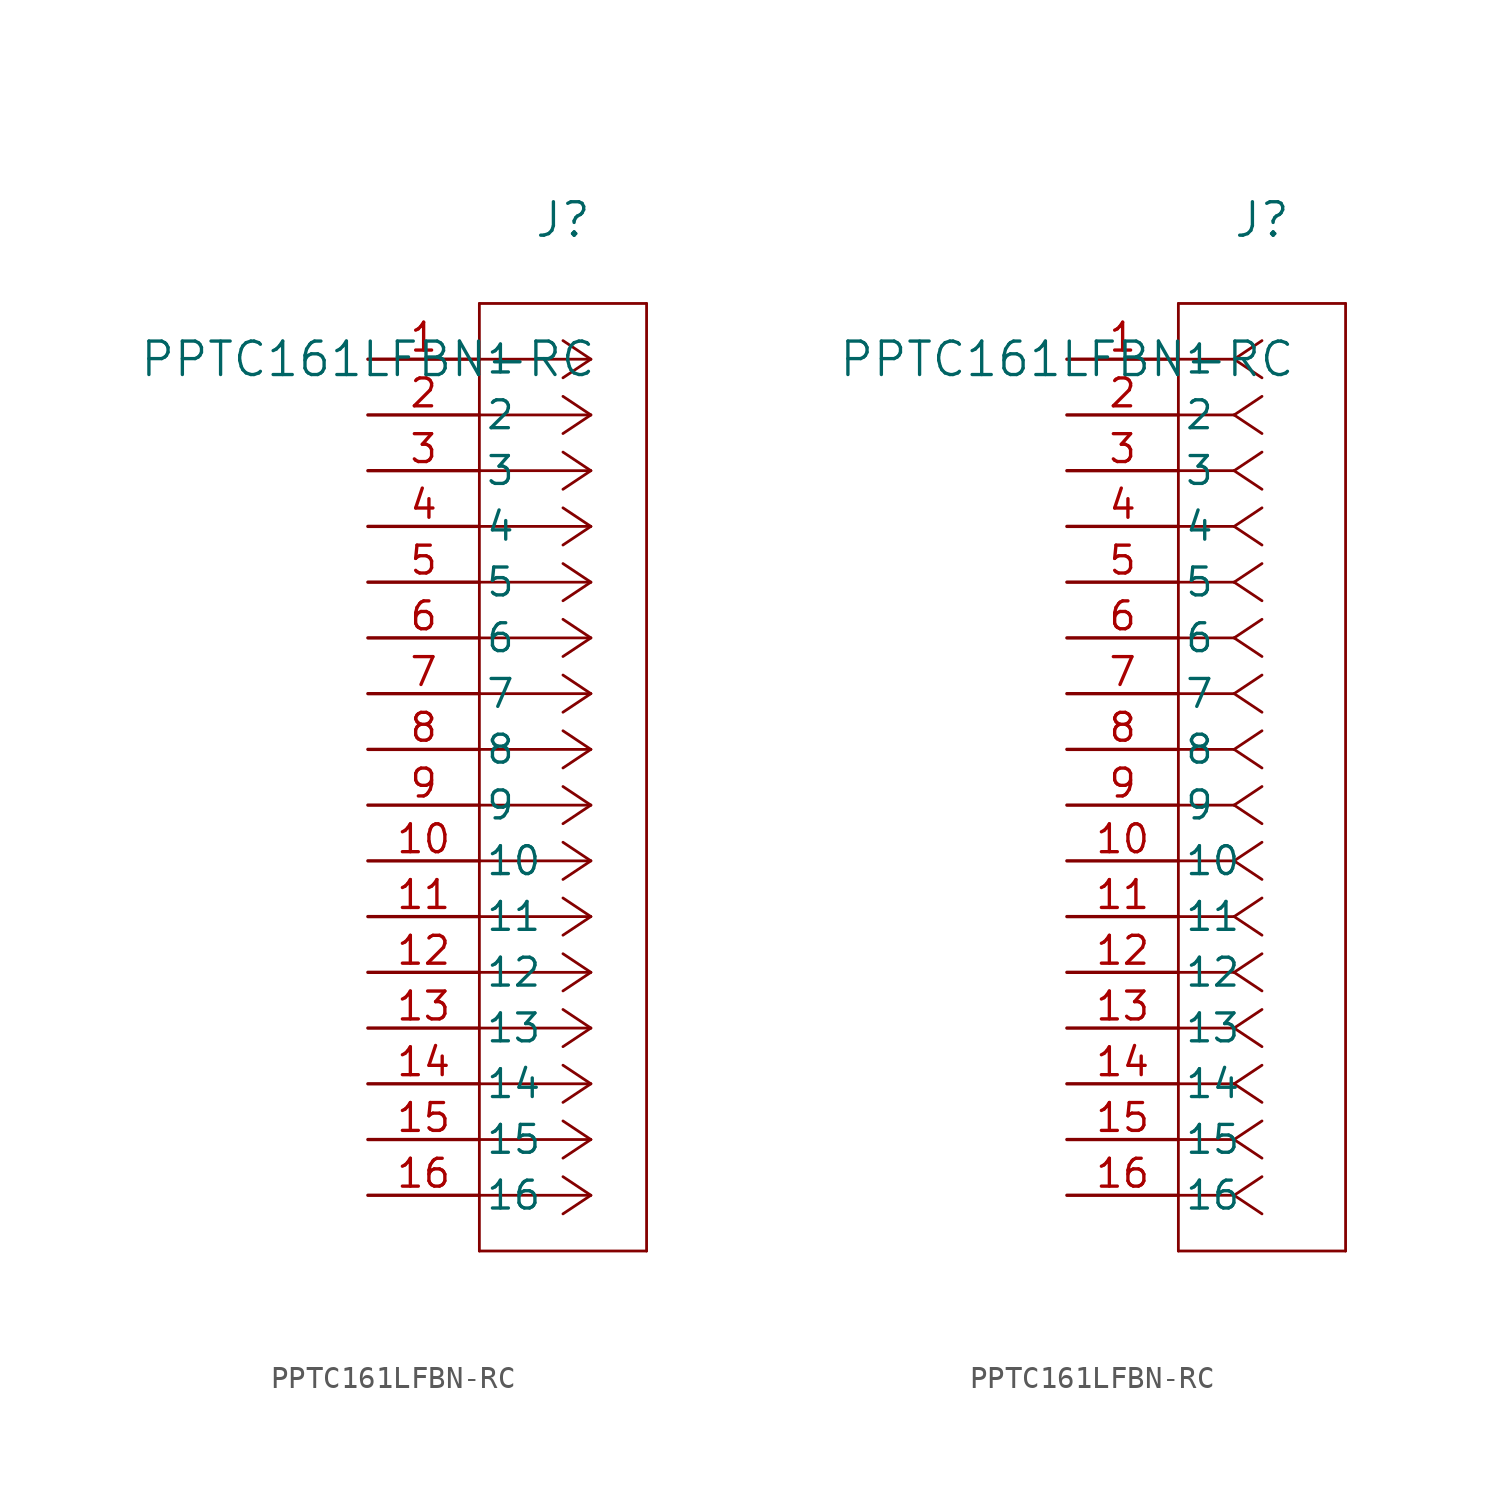
<source format=kicad_sym>
(kicad_symbol_lib
  (version 20211014)
  (generator kicad_symbol_editor)
  (symbol "PPTC161LFBN-RC"
    (pin_names
      (offset 0.254))
    (property "Reference" "J"
      (at 8.89 6.35 0)
      (effects (font (size 1.524 1.524))))
    (property "Value" "PPTC161LFBN-RC"
      (at 0 0 0)
      (effects (font (size 1.524 1.524))))
    (symbol "PPTC161LFBN-RC_1_1"
      (polyline (pts (xy 10.16 0) (xy 5.08 0)) (stroke (width 0.127) (type default) (color 0 0 0 0)) (fill (type none)))
      (polyline (pts (xy 10.16 -2.54) (xy 5.08 -2.54)) (stroke (width 0.127) (type default) (color 0 0 0 0)) (fill (type none)))
      (polyline (pts (xy 10.16 -5.08) (xy 5.08 -5.08)) (stroke (width 0.127) (type default) (color 0 0 0 0)) (fill (type none)))
      (polyline (pts (xy 10.16 -7.62) (xy 5.08 -7.62)) (stroke (width 0.127) (type default) (color 0 0 0 0)) (fill (type none)))
      (polyline (pts (xy 10.16 -10.16) (xy 5.08 -10.16)) (stroke (width 0.127) (type default) (color 0 0 0 0)) (fill (type none)))
      (polyline (pts (xy 10.16 -12.7) (xy 5.08 -12.7)) (stroke (width 0.127) (type default) (color 0 0 0 0)) (fill (type none)))
      (polyline (pts (xy 10.16 -15.24) (xy 5.08 -15.24)) (stroke (width 0.127) (type default) (color 0 0 0 0)) (fill (type none)))
      (polyline (pts (xy 10.16 -17.78) (xy 5.08 -17.78)) (stroke (width 0.127) (type default) (color 0 0 0 0)) (fill (type none)))
      (polyline (pts (xy 10.16 -20.32) (xy 5.08 -20.32)) (stroke (width 0.127) (type default) (color 0 0 0 0)) (fill (type none)))
      (polyline (pts (xy 10.16 -22.86) (xy 5.08 -22.86)) (stroke (width 0.127) (type default) (color 0 0 0 0)) (fill (type none)))
      (polyline (pts (xy 10.16 -25.4) (xy 5.08 -25.4)) (stroke (width 0.127) (type default) (color 0 0 0 0)) (fill (type none)))
      (polyline (pts (xy 10.16 -27.94) (xy 5.08 -27.94)) (stroke (width 0.127) (type default) (color 0 0 0 0)) (fill (type none)))
      (polyline (pts (xy 10.16 -30.48) (xy 5.08 -30.48)) (stroke (width 0.127) (type default) (color 0 0 0 0)) (fill (type none)))
      (polyline (pts (xy 10.16 -33.02) (xy 5.08 -33.02)) (stroke (width 0.127) (type default) (color 0 0 0 0)) (fill (type none)))
      (polyline (pts (xy 10.16 -35.56) (xy 5.08 -35.56)) (stroke (width 0.127) (type default) (color 0 0 0 0)) (fill (type none)))
      (polyline (pts (xy 10.16 -38.1) (xy 5.08 -38.1)) (stroke (width 0.127) (type default) (color 0 0 0 0)) (fill (type none)))
      (polyline (pts (xy 10.16 0) (xy 8.89 0.847)) (stroke (width 0.127) (type default) (color 0 0 0 0)) (fill (type none)))
      (polyline (pts (xy 10.16 -2.54) (xy 8.89 -1.693)) (stroke (width 0.127) (type default) (color 0 0 0 0)) (fill (type none)))
      (polyline (pts (xy 10.16 -5.08) (xy 8.89 -4.233)) (stroke (width 0.127) (type default) (color 0 0 0 0)) (fill (type none)))
      (polyline (pts (xy 10.16 -7.62) (xy 8.89 -6.773)) (stroke (width 0.127) (type default) (color 0 0 0 0)) (fill (type none)))
      (polyline (pts (xy 10.16 -10.16) (xy 8.89 -9.313)) (stroke (width 0.127) (type default) (color 0 0 0 0)) (fill (type none)))
      (polyline (pts (xy 10.16 -12.7) (xy 8.89 -11.853)) (stroke (width 0.127) (type default) (color 0 0 0 0)) (fill (type none)))
      (polyline (pts (xy 10.16 -15.24) (xy 8.89 -14.393)) (stroke (width 0.127) (type default) (color 0 0 0 0)) (fill (type none)))
      (polyline (pts (xy 10.16 -17.78) (xy 8.89 -16.933)) (stroke (width 0.127) (type default) (color 0 0 0 0)) (fill (type none)))
      (polyline (pts (xy 10.16 -20.32) (xy 8.89 -19.473)) (stroke (width 0.127) (type default) (color 0 0 0 0)) (fill (type none)))
      (polyline (pts (xy 10.16 -22.86) (xy 8.89 -22.013)) (stroke (width 0.127) (type default) (color 0 0 0 0)) (fill (type none)))
      (polyline (pts (xy 10.16 -25.4) (xy 8.89 -24.553)) (stroke (width 0.127) (type default) (color 0 0 0 0)) (fill (type none)))
      (polyline (pts (xy 10.16 -27.94) (xy 8.89 -27.093)) (stroke (width 0.127) (type default) (color 0 0 0 0)) (fill (type none)))
      (polyline (pts (xy 10.16 -30.48) (xy 8.89 -29.633)) (stroke (width 0.127) (type default) (color 0 0 0 0)) (fill (type none)))
      (polyline (pts (xy 10.16 -33.02) (xy 8.89 -32.173)) (stroke (width 0.127) (type default) (color 0 0 0 0)) (fill (type none)))
      (polyline (pts (xy 10.16 -35.56) (xy 8.89 -34.713)) (stroke (width 0.127) (type default) (color 0 0 0 0)) (fill (type none)))
      (polyline (pts (xy 10.16 -38.1) (xy 8.89 -37.253)) (stroke (width 0.127) (type default) (color 0 0 0 0)) (fill (type none)))
      (polyline (pts (xy 10.16 0) (xy 8.89 -0.847)) (stroke (width 0.127) (type default) (color 0 0 0 0)) (fill (type none)))
      (polyline (pts (xy 10.16 -2.54) (xy 8.89 -3.387)) (stroke (width 0.127) (type default) (color 0 0 0 0)) (fill (type none)))
      (polyline (pts (xy 10.16 -5.08) (xy 8.89 -5.927)) (stroke (width 0.127) (type default) (color 0 0 0 0)) (fill (type none)))
      (polyline (pts (xy 10.16 -7.62) (xy 8.89 -8.467)) (stroke (width 0.127) (type default) (color 0 0 0 0)) (fill (type none)))
      (polyline (pts (xy 10.16 -10.16) (xy 8.89 -11.007)) (stroke (width 0.127) (type default) (color 0 0 0 0)) (fill (type none)))
      (polyline (pts (xy 10.16 -12.7) (xy 8.89 -13.547)) (stroke (width 0.127) (type default) (color 0 0 0 0)) (fill (type none)))
      (polyline (pts (xy 10.16 -15.24) (xy 8.89 -16.087)) (stroke (width 0.127) (type default) (color 0 0 0 0)) (fill (type none)))
      (polyline (pts (xy 10.16 -17.78) (xy 8.89 -18.627)) (stroke (width 0.127) (type default) (color 0 0 0 0)) (fill (type none)))
      (polyline (pts (xy 10.16 -20.32) (xy 8.89 -21.167)) (stroke (width 0.127) (type default) (color 0 0 0 0)) (fill (type none)))
      (polyline (pts (xy 10.16 -22.86) (xy 8.89 -23.707)) (stroke (width 0.127) (type default) (color 0 0 0 0)) (fill (type none)))
      (polyline (pts (xy 10.16 -25.4) (xy 8.89 -26.247)) (stroke (width 0.127) (type default) (color 0 0 0 0)) (fill (type none)))
      (polyline (pts (xy 10.16 -27.94) (xy 8.89 -28.787)) (stroke (width 0.127) (type default) (color 0 0 0 0)) (fill (type none)))
      (polyline (pts (xy 10.16 -30.48) (xy 8.89 -31.327)) (stroke (width 0.127) (type default) (color 0 0 0 0)) (fill (type none)))
      (polyline (pts (xy 10.16 -33.02) (xy 8.89 -33.867)) (stroke (width 0.127) (type default) (color 0 0 0 0)) (fill (type none)))
      (polyline (pts (xy 10.16 -35.56) (xy 8.89 -36.407)) (stroke (width 0.127) (type default) (color 0 0 0 0)) (fill (type none)))
      (polyline (pts (xy 10.16 -38.1) (xy 8.89 -38.947)) (stroke (width 0.127) (type default) (color 0 0 0 0)) (fill (type none)))
      (polyline (pts (xy 5.08 2.54) (xy 5.08 -40.64)) (stroke (width 0.127) (type default) (color 0 0 0 0)) (fill (type none)))
      (polyline (pts (xy 5.08 -40.64) (xy 12.7 -40.64)) (stroke (width 0.127) (type default) (color 0 0 0 0)) (fill (type none)))
      (polyline (pts (xy 12.7 -40.64) (xy 12.7 2.54)) (stroke (width 0.127) (type default) (color 0 0 0 0)) (fill (type none)))
      (polyline (pts (xy 12.7 2.54) (xy 5.08 2.54)) (stroke (width 0.127) (type default) (color 0 0 0 0)) (fill (type none)))
      (pin unspecified line (at 0 0 0) (length 5.08) (name "1" (effects (font (size 1.27 1.27)))) (number "1" (effects (font (size 1.27 1.27)))))
      (pin unspecified line (at 0 -2.54 0) (length 5.08) (name "2" (effects (font (size 1.27 1.27)))) (number "2" (effects (font (size 1.27 1.27)))))
      (pin unspecified line (at 0 -5.08 0) (length 5.08) (name "3" (effects (font (size 1.27 1.27)))) (number "3" (effects (font (size 1.27 1.27)))))
      (pin unspecified line (at 0 -7.62 0) (length 5.08) (name "4" (effects (font (size 1.27 1.27)))) (number "4" (effects (font (size 1.27 1.27)))))
      (pin unspecified line (at 0 -10.16 0) (length 5.08) (name "5" (effects (font (size 1.27 1.27)))) (number "5" (effects (font (size 1.27 1.27)))))
      (pin unspecified line (at 0 -12.7 0) (length 5.08) (name "6" (effects (font (size 1.27 1.27)))) (number "6" (effects (font (size 1.27 1.27)))))
      (pin unspecified line (at 0 -15.24 0) (length 5.08) (name "7" (effects (font (size 1.27 1.27)))) (number "7" (effects (font (size 1.27 1.27)))))
      (pin unspecified line (at 0 -17.78 0) (length 5.08) (name "8" (effects (font (size 1.27 1.27)))) (number "8" (effects (font (size 1.27 1.27)))))
      (pin unspecified line (at 0 -20.32 0) (length 5.08) (name "9" (effects (font (size 1.27 1.27)))) (number "9" (effects (font (size 1.27 1.27)))))
      (pin unspecified line (at 0 -22.86 0) (length 5.08) (name "10" (effects (font (size 1.27 1.27)))) (number "10" (effects (font (size 1.27 1.27)))))
      (pin unspecified line (at 0 -25.4 0) (length 5.08) (name "11" (effects (font (size 1.27 1.27)))) (number "11" (effects (font (size 1.27 1.27)))))
      (pin unspecified line (at 0 -27.94 0) (length 5.08) (name "12" (effects (font (size 1.27 1.27)))) (number "12" (effects (font (size 1.27 1.27)))))
      (pin unspecified line (at 0 -30.48 0) (length 5.08) (name "13" (effects (font (size 1.27 1.27)))) (number "13" (effects (font (size 1.27 1.27)))))
      (pin unspecified line (at 0 -33.02 0) (length 5.08) (name "14" (effects (font (size 1.27 1.27)))) (number "14" (effects (font (size 1.27 1.27)))))
      (pin unspecified line (at 0 -35.56 0) (length 5.08) (name "15" (effects (font (size 1.27 1.27)))) (number "15" (effects (font (size 1.27 1.27)))))
      (pin unspecified line (at 0 -38.1 0) (length 5.08) (name "16" (effects (font (size 1.27 1.27)))) (number "16" (effects (font (size 1.27 1.27))))))
    (symbol "PPTC161LFBN-RC_1_2"
      (polyline (pts (xy 7.62 0) (xy 5.08 0)) (stroke (width 0.127) (type default) (color 0 0 0 0)) (fill (type none)))
      (polyline (pts (xy 7.62 -2.54) (xy 5.08 -2.54)) (stroke (width 0.127) (type default) (color 0 0 0 0)) (fill (type none)))
      (polyline (pts (xy 7.62 -5.08) (xy 5.08 -5.08)) (stroke (width 0.127) (type default) (color 0 0 0 0)) (fill (type none)))
      (polyline (pts (xy 7.62 -7.62) (xy 5.08 -7.62)) (stroke (width 0.127) (type default) (color 0 0 0 0)) (fill (type none)))
      (polyline (pts (xy 7.62 -10.16) (xy 5.08 -10.16)) (stroke (width 0.127) (type default) (color 0 0 0 0)) (fill (type none)))
      (polyline (pts (xy 7.62 -12.7) (xy 5.08 -12.7)) (stroke (width 0.127) (type default) (color 0 0 0 0)) (fill (type none)))
      (polyline (pts (xy 7.62 -15.24) (xy 5.08 -15.24)) (stroke (width 0.127) (type default) (color 0 0 0 0)) (fill (type none)))
      (polyline (pts (xy 7.62 -17.78) (xy 5.08 -17.78)) (stroke (width 0.127) (type default) (color 0 0 0 0)) (fill (type none)))
      (polyline (pts (xy 7.62 -20.32) (xy 5.08 -20.32)) (stroke (width 0.127) (type default) (color 0 0 0 0)) (fill (type none)))
      (polyline (pts (xy 7.62 -22.86) (xy 5.08 -22.86)) (stroke (width 0.127) (type default) (color 0 0 0 0)) (fill (type none)))
      (polyline (pts (xy 7.62 -25.4) (xy 5.08 -25.4)) (stroke (width 0.127) (type default) (color 0 0 0 0)) (fill (type none)))
      (polyline (pts (xy 7.62 -27.94) (xy 5.08 -27.94)) (stroke (width 0.127) (type default) (color 0 0 0 0)) (fill (type none)))
      (polyline (pts (xy 7.62 -30.48) (xy 5.08 -30.48)) (stroke (width 0.127) (type default) (color 0 0 0 0)) (fill (type none)))
      (polyline (pts (xy 7.62 -33.02) (xy 5.08 -33.02)) (stroke (width 0.127) (type default) (color 0 0 0 0)) (fill (type none)))
      (polyline (pts (xy 7.62 -35.56) (xy 5.08 -35.56)) (stroke (width 0.127) (type default) (color 0 0 0 0)) (fill (type none)))
      (polyline (pts (xy 7.62 -38.1) (xy 5.08 -38.1)) (stroke (width 0.127) (type default) (color 0 0 0 0)) (fill (type none)))
      (polyline (pts (xy 7.62 0) (xy 8.89 0.847)) (stroke (width 0.127) (type default) (color 0 0 0 0)) (fill (type none)))
      (polyline (pts (xy 7.62 -2.54) (xy 8.89 -1.693)) (stroke (width 0.127) (type default) (color 0 0 0 0)) (fill (type none)))
      (polyline (pts (xy 7.62 -5.08) (xy 8.89 -4.233)) (stroke (width 0.127) (type default) (color 0 0 0 0)) (fill (type none)))
      (polyline (pts (xy 7.62 -7.62) (xy 8.89 -6.773)) (stroke (width 0.127) (type default) (color 0 0 0 0)) (fill (type none)))
      (polyline (pts (xy 7.62 -10.16) (xy 8.89 -9.313)) (stroke (width 0.127) (type default) (color 0 0 0 0)) (fill (type none)))
      (polyline (pts (xy 7.62 -12.7) (xy 8.89 -11.853)) (stroke (width 0.127) (type default) (color 0 0 0 0)) (fill (type none)))
      (polyline (pts (xy 7.62 -15.24) (xy 8.89 -14.393)) (stroke (width 0.127) (type default) (color 0 0 0 0)) (fill (type none)))
      (polyline (pts (xy 7.62 -17.78) (xy 8.89 -16.933)) (stroke (width 0.127) (type default) (color 0 0 0 0)) (fill (type none)))
      (polyline (pts (xy 7.62 -20.32) (xy 8.89 -19.473)) (stroke (width 0.127) (type default) (color 0 0 0 0)) (fill (type none)))
      (polyline (pts (xy 7.62 -22.86) (xy 8.89 -22.013)) (stroke (width 0.127) (type default) (color 0 0 0 0)) (fill (type none)))
      (polyline (pts (xy 7.62 -25.4) (xy 8.89 -24.553)) (stroke (width 0.127) (type default) (color 0 0 0 0)) (fill (type none)))
      (polyline (pts (xy 7.62 -27.94) (xy 8.89 -27.093)) (stroke (width 0.127) (type default) (color 0 0 0 0)) (fill (type none)))
      (polyline (pts (xy 7.62 -30.48) (xy 8.89 -29.633)) (stroke (width 0.127) (type default) (color 0 0 0 0)) (fill (type none)))
      (polyline (pts (xy 7.62 -33.02) (xy 8.89 -32.173)) (stroke (width 0.127) (type default) (color 0 0 0 0)) (fill (type none)))
      (polyline (pts (xy 7.62 -35.56) (xy 8.89 -34.713)) (stroke (width 0.127) (type default) (color 0 0 0 0)) (fill (type none)))
      (polyline (pts (xy 7.62 -38.1) (xy 8.89 -37.253)) (stroke (width 0.127) (type default) (color 0 0 0 0)) (fill (type none)))
      (polyline (pts (xy 7.62 0) (xy 8.89 -0.847)) (stroke (width 0.127) (type default) (color 0 0 0 0)) (fill (type none)))
      (polyline (pts (xy 7.62 -2.54) (xy 8.89 -3.387)) (stroke (width 0.127) (type default) (color 0 0 0 0)) (fill (type none)))
      (polyline (pts (xy 7.62 -5.08) (xy 8.89 -5.927)) (stroke (width 0.127) (type default) (color 0 0 0 0)) (fill (type none)))
      (polyline (pts (xy 7.62 -7.62) (xy 8.89 -8.467)) (stroke (width 0.127) (type default) (color 0 0 0 0)) (fill (type none)))
      (polyline (pts (xy 7.62 -10.16) (xy 8.89 -11.007)) (stroke (width 0.127) (type default) (color 0 0 0 0)) (fill (type none)))
      (polyline (pts (xy 7.62 -12.7) (xy 8.89 -13.547)) (stroke (width 0.127) (type default) (color 0 0 0 0)) (fill (type none)))
      (polyline (pts (xy 7.62 -15.24) (xy 8.89 -16.087)) (stroke (width 0.127) (type default) (color 0 0 0 0)) (fill (type none)))
      (polyline (pts (xy 7.62 -17.78) (xy 8.89 -18.627)) (stroke (width 0.127) (type default) (color 0 0 0 0)) (fill (type none)))
      (polyline (pts (xy 7.62 -20.32) (xy 8.89 -21.167)) (stroke (width 0.127) (type default) (color 0 0 0 0)) (fill (type none)))
      (polyline (pts (xy 7.62 -22.86) (xy 8.89 -23.707)) (stroke (width 0.127) (type default) (color 0 0 0 0)) (fill (type none)))
      (polyline (pts (xy 7.62 -25.4) (xy 8.89 -26.247)) (stroke (width 0.127) (type default) (color 0 0 0 0)) (fill (type none)))
      (polyline (pts (xy 7.62 -27.94) (xy 8.89 -28.787)) (stroke (width 0.127) (type default) (color 0 0 0 0)) (fill (type none)))
      (polyline (pts (xy 7.62 -30.48) (xy 8.89 -31.327)) (stroke (width 0.127) (type default) (color 0 0 0 0)) (fill (type none)))
      (polyline (pts (xy 7.62 -33.02) (xy 8.89 -33.867)) (stroke (width 0.127) (type default) (color 0 0 0 0)) (fill (type none)))
      (polyline (pts (xy 7.62 -35.56) (xy 8.89 -36.407)) (stroke (width 0.127) (type default) (color 0 0 0 0)) (fill (type none)))
      (polyline (pts (xy 7.62 -38.1) (xy 8.89 -38.947)) (stroke (width 0.127) (type default) (color 0 0 0 0)) (fill (type none)))
      (polyline (pts (xy 5.08 2.54) (xy 5.08 -40.64)) (stroke (width 0.127) (type default) (color 0 0 0 0)) (fill (type none)))
      (polyline (pts (xy 5.08 -40.64) (xy 12.7 -40.64)) (stroke (width 0.127) (type default) (color 0 0 0 0)) (fill (type none)))
      (polyline (pts (xy 12.7 -40.64) (xy 12.7 2.54)) (stroke (width 0.127) (type default) (color 0 0 0 0)) (fill (type none)))
      (polyline (pts (xy 12.7 2.54) (xy 5.08 2.54)) (stroke (width 0.127) (type default) (color 0 0 0 0)) (fill (type none)))
      (pin unspecified line (at 0 0 0) (length 5.08) (name "1" (effects (font (size 1.27 1.27)))) (number "1" (effects (font (size 1.27 1.27)))))
      (pin unspecified line (at 0 -2.54 0) (length 5.08) (name "2" (effects (font (size 1.27 1.27)))) (number "2" (effects (font (size 1.27 1.27)))))
      (pin unspecified line (at 0 -5.08 0) (length 5.08) (name "3" (effects (font (size 1.27 1.27)))) (number "3" (effects (font (size 1.27 1.27)))))
      (pin unspecified line (at 0 -7.62 0) (length 5.08) (name "4" (effects (font (size 1.27 1.27)))) (number "4" (effects (font (size 1.27 1.27)))))
      (pin unspecified line (at 0 -10.16 0) (length 5.08) (name "5" (effects (font (size 1.27 1.27)))) (number "5" (effects (font (size 1.27 1.27)))))
      (pin unspecified line (at 0 -12.7 0) (length 5.08) (name "6" (effects (font (size 1.27 1.27)))) (number "6" (effects (font (size 1.27 1.27)))))
      (pin unspecified line (at 0 -15.24 0) (length 5.08) (name "7" (effects (font (size 1.27 1.27)))) (number "7" (effects (font (size 1.27 1.27)))))
      (pin unspecified line (at 0 -17.78 0) (length 5.08) (name "8" (effects (font (size 1.27 1.27)))) (number "8" (effects (font (size 1.27 1.27)))))
      (pin unspecified line (at 0 -20.32 0) (length 5.08) (name "9" (effects (font (size 1.27 1.27)))) (number "9" (effects (font (size 1.27 1.27)))))
      (pin unspecified line (at 0 -22.86 0) (length 5.08) (name "10" (effects (font (size 1.27 1.27)))) (number "10" (effects (font (size 1.27 1.27)))))
      (pin unspecified line (at 0 -25.4 0) (length 5.08) (name "11" (effects (font (size 1.27 1.27)))) (number "11" (effects (font (size 1.27 1.27)))))
      (pin unspecified line (at 0 -27.94 0) (length 5.08) (name "12" (effects (font (size 1.27 1.27)))) (number "12" (effects (font (size 1.27 1.27)))))
      (pin unspecified line (at 0 -30.48 0) (length 5.08) (name "13" (effects (font (size 1.27 1.27)))) (number "13" (effects (font (size 1.27 1.27)))))
      (pin unspecified line (at 0 -33.02 0) (length 5.08) (name "14" (effects (font (size 1.27 1.27)))) (number "14" (effects (font (size 1.27 1.27)))))
      (pin unspecified line (at 0 -35.56 0) (length 5.08) (name "15" (effects (font (size 1.27 1.27)))) (number "15" (effects (font (size 1.27 1.27)))))
      (pin unspecified line (at 0 -38.1 0) (length 5.08) (name "16" (effects (font (size 1.27 1.27)))) (number "16" (effects (font (size 1.27 1.27))))))))
</source>
